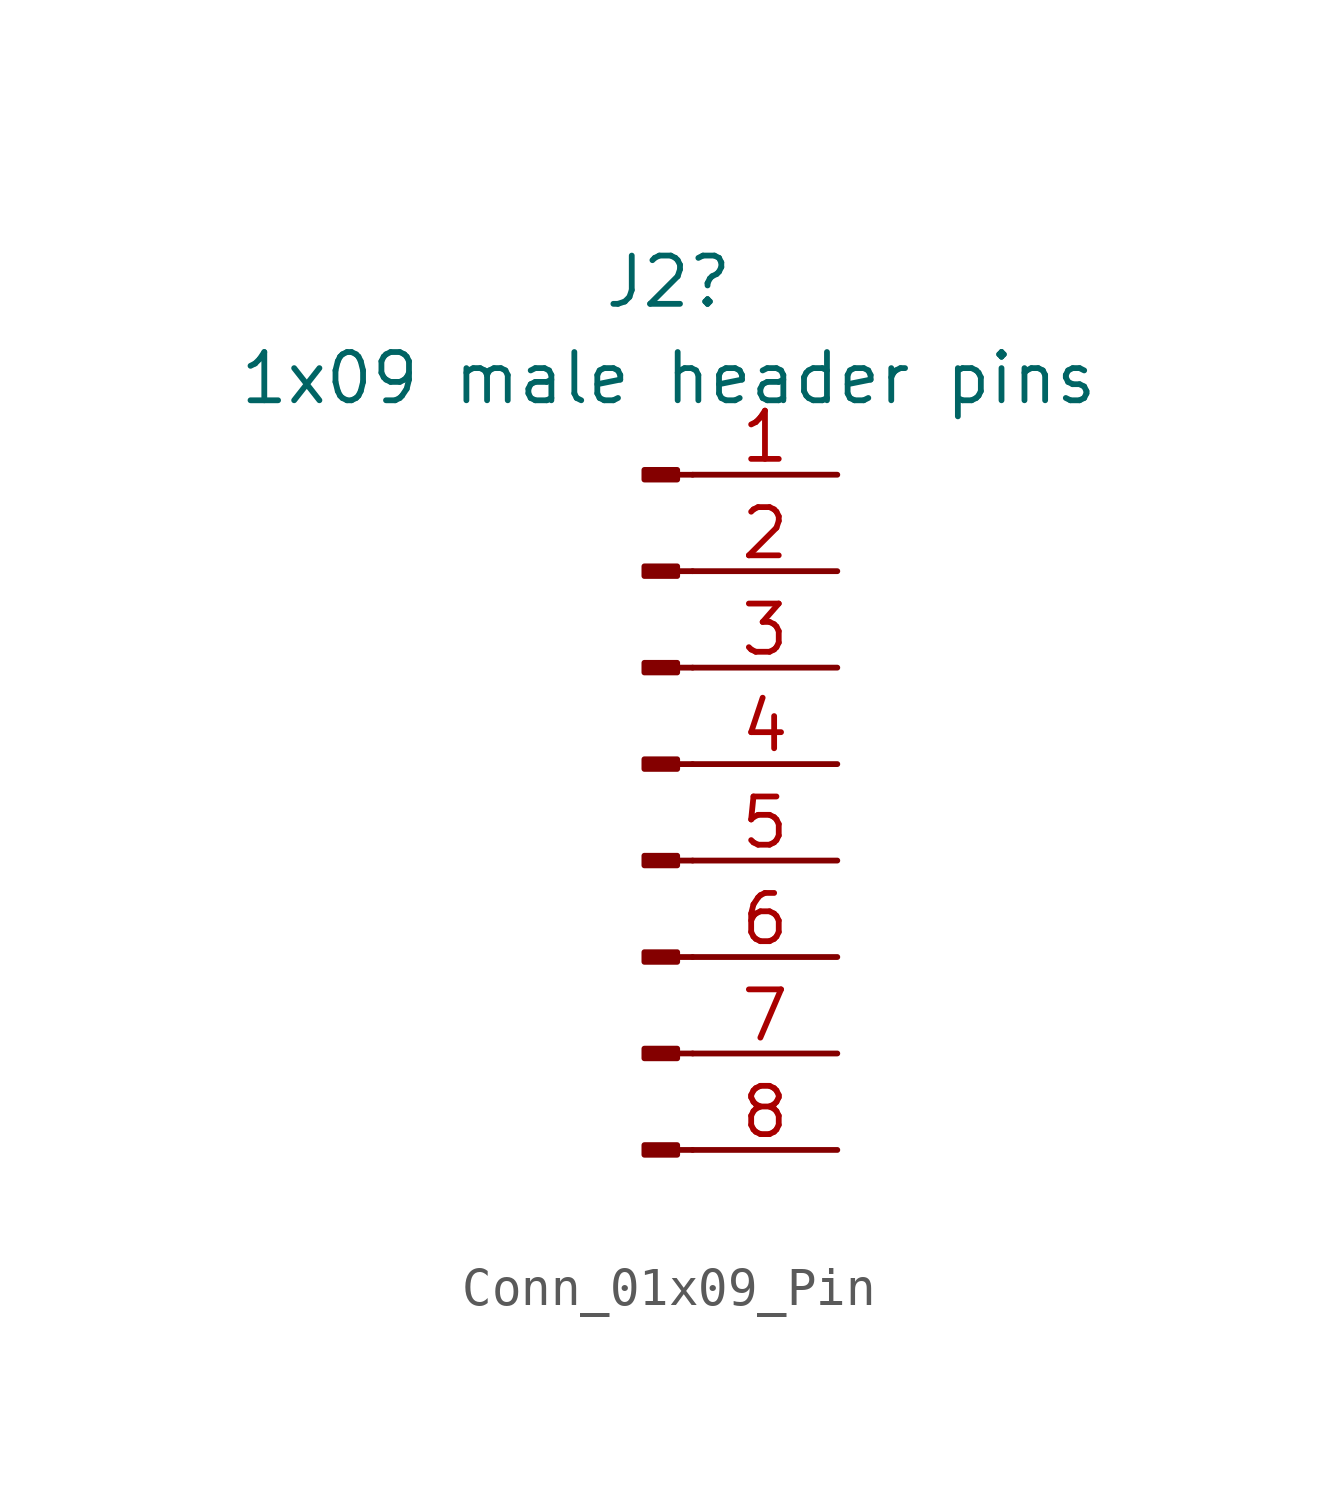
<source format=kicad_sym>
(kicad_symbol_lib
  (version 20220914)
  (generator kicad_symbol_editor)
  (symbol "Conn_01x09_Pin"
    (pin_names
      (offset 1.016) hide)
    (property "Reference" "J2"
      (at 0.635 15.24 0)
      (effects (font (size 1.27 1.27))))
    (property "Value" "1x09 male header pins"
      (at 0.635 12.7 0)
      (effects (font (size 1.27 1.27))))
    (property "ki_locked" ""
      (at 0 0 0)
      (effects (font (size 1.27 1.27))))
    (symbol "Conn_01x09_Pin_1_1"
      (polyline (pts (xy 1.27 -7.62) (xy 0.864 -7.62)) (stroke (width 0.152) (type default)) (fill (type none)))
      (polyline (pts (xy 1.27 -5.08) (xy 0.864 -5.08)) (stroke (width 0.152) (type default)) (fill (type none)))
      (polyline (pts (xy 1.27 -2.54) (xy 0.864 -2.54)) (stroke (width 0.152) (type default)) (fill (type none)))
      (polyline (pts (xy 1.27 0) (xy 0.864 0)) (stroke (width 0.152) (type default)) (fill (type none)))
      (polyline (pts (xy 1.27 2.54) (xy 0.864 2.54)) (stroke (width 0.152) (type default)) (fill (type none)))
      (polyline (pts (xy 1.27 5.08) (xy 0.864 5.08)) (stroke (width 0.152) (type default)) (fill (type none)))
      (polyline (pts (xy 1.27 7.62) (xy 0.864 7.62)) (stroke (width 0.152) (type default)) (fill (type none)))
      (polyline (pts (xy 1.27 10.16) (xy 0.864 10.16)) (stroke (width 0.152) (type default)) (fill (type none)))
      (rectangle (start 0.864 -7.493) (end 0 -7.747) (stroke (width 0.152) (type default)) (fill (type outline)))
      (rectangle (start 0.864 -4.953) (end 0 -5.207) (stroke (width 0.152) (type default)) (fill (type outline)))
      (rectangle (start 0.864 -2.413) (end 0 -2.667) (stroke (width 0.152) (type default)) (fill (type outline)))
      (rectangle (start 0.864 0.127) (end 0 -0.127) (stroke (width 0.152) (type default)) (fill (type outline)))
      (rectangle (start 0.864 2.667) (end 0 2.413) (stroke (width 0.152) (type default)) (fill (type outline)))
      (rectangle (start 0.864 5.207) (end 0 4.953) (stroke (width 0.152) (type default)) (fill (type outline)))
      (rectangle (start 0.864 7.747) (end 0 7.493) (stroke (width 0.152) (type default)) (fill (type outline)))
      (rectangle (start 0.864 10.287) (end 0 10.033) (stroke (width 0.152) (type default)) (fill (type outline)))
      (pin passive line (at 5.08 10.16 180) (length 3.81) (name "Pin_1" (effects (font (size 1.27 1.27)))) (number "1" (effects (font (size 1.27 1.27)))))
      (pin passive line (at 5.08 7.62 180) (length 3.81) (name "Pin_2" (effects (font (size 1.27 1.27)))) (number "2" (effects (font (size 1.27 1.27)))))
      (pin passive line (at 5.08 5.08 180) (length 3.81) (name "Pin_3" (effects (font (size 1.27 1.27)))) (number "3" (effects (font (size 1.27 1.27)))))
      (pin passive line (at 5.08 2.54 180) (length 3.81) (name "Pin_4" (effects (font (size 1.27 1.27)))) (number "4" (effects (font (size 1.27 1.27)))))
      (pin passive line (at 5.08 0 180) (length 3.81) (name "Pin_5" (effects (font (size 1.27 1.27)))) (number "5" (effects (font (size 1.27 1.27)))))
      (pin passive line (at 5.08 -2.54 180) (length 3.81) (name "Pin_6" (effects (font (size 1.27 1.27)))) (number "6" (effects (font (size 1.27 1.27)))))
      (pin passive line (at 5.08 -5.08 180) (length 3.81) (name "Pin_7" (effects (font (size 1.27 1.27)))) (number "7" (effects (font (size 1.27 1.27)))))
      (pin passive line (at 5.08 -7.62 180) (length 3.81) (name "Pin_8" (effects (font (size 1.27 1.27)))) (number "8" (effects (font (size 1.27 1.27))))))))
</source>
